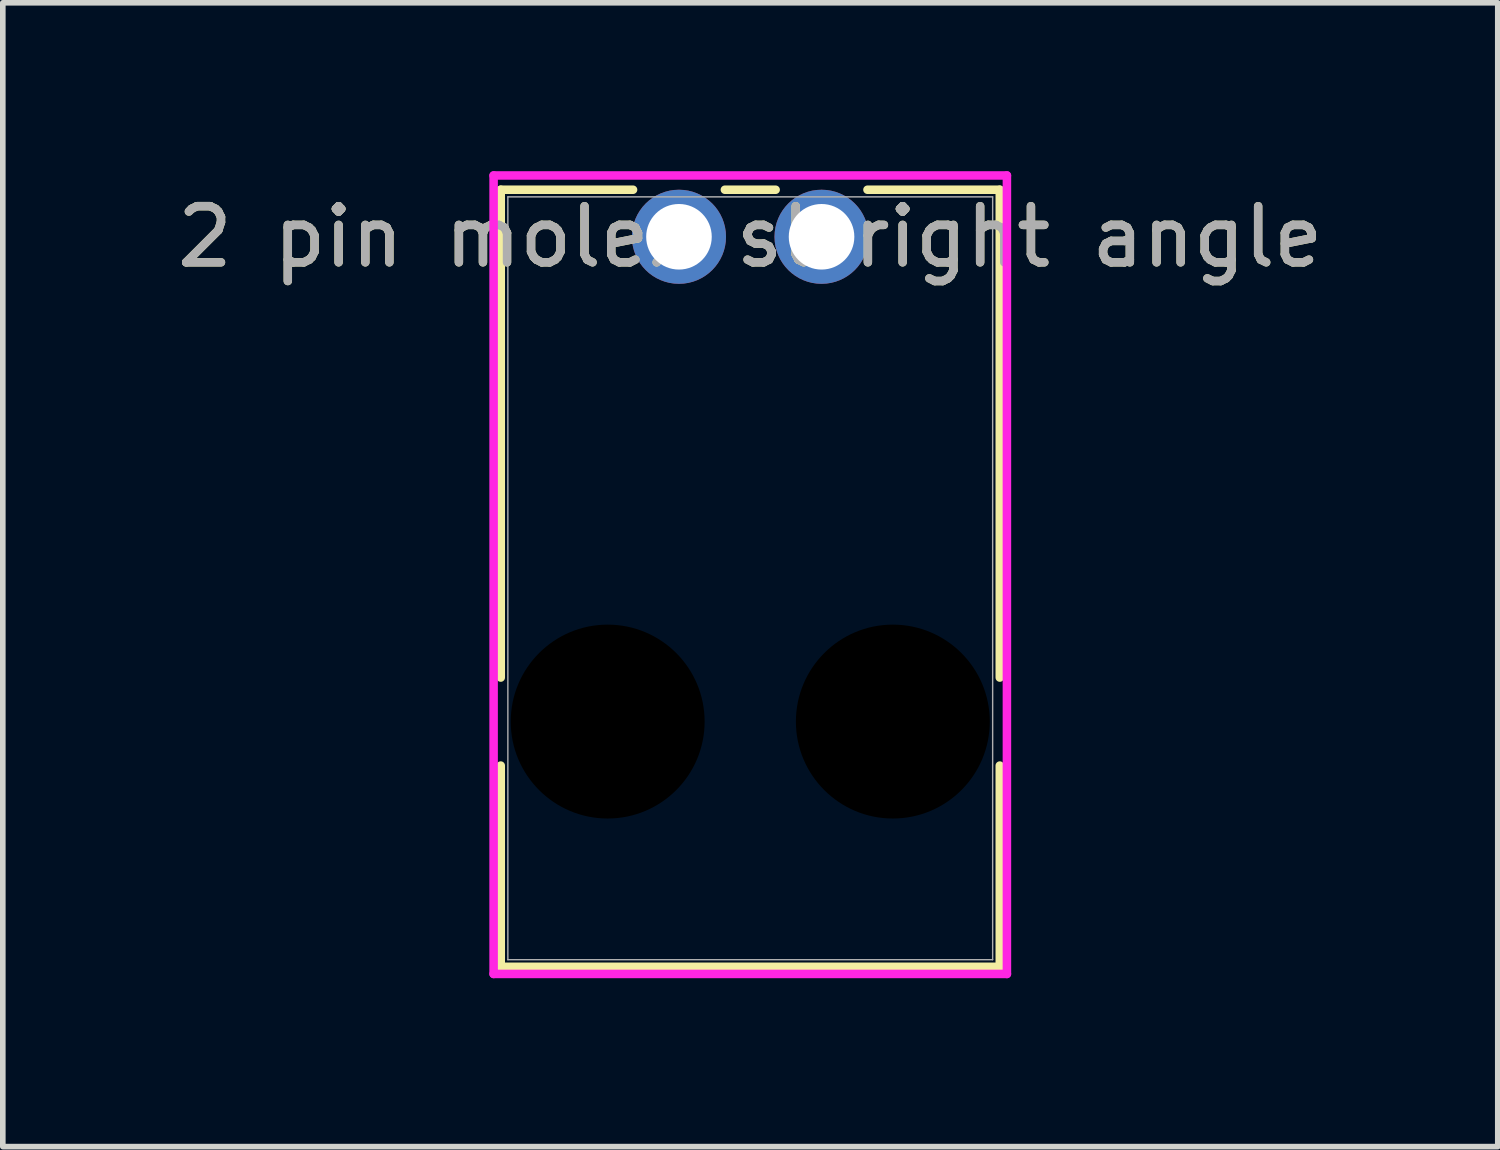
<source format=kicad_pcb>
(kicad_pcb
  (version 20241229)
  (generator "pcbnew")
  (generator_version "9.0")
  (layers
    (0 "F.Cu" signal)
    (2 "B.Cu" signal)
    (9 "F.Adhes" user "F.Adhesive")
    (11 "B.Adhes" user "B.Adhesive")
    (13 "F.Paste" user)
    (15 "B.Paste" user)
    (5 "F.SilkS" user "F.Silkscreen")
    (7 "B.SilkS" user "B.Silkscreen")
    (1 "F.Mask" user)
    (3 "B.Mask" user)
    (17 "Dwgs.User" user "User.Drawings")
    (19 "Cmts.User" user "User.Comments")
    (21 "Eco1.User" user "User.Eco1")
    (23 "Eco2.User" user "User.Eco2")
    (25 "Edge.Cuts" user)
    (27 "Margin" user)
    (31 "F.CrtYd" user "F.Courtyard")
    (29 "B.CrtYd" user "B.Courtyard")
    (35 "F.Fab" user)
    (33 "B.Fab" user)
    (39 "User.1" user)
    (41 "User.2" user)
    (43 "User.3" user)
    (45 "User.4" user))
  (footprint "2 pin molex sl right angle"
    (layer "F.Cu")
    (at 11.585 1.168)
    (property "Reference" "2 pin molex sl right angle" (at -1.27 0 0) (unlocked yes) (layer "F.SilkS") (effects (font (size 1 1) (thickness 0.15))))
    (attr through_hole)
    (fp_line (start -5.715 -0.838) (end -5.715 7.852) (stroke (width 0.152) (type solid)) (layer "F.SilkS"))
    (fp_line (start -5.715 9.42) (end -5.715 13.005) (stroke (width 0.152) (type solid)) (layer "F.SilkS"))
    (fp_line (start -5.715 13.005) (end 3.175 13.005) (stroke (width 0.152) (type solid)) (layer "F.SilkS"))
    (fp_line (start -3.358 -0.838) (end -5.715 -0.838) (stroke (width 0.152) (type solid)) (layer "F.SilkS"))
    (fp_line (start -0.818 -0.838) (end -1.722 -0.838) (stroke (width 0.152) (type solid)) (layer "F.SilkS"))
    (fp_line (start 3.175 -0.838) (end 0.818 -0.838) (stroke (width 0.152) (type solid)) (layer "F.SilkS"))
    (fp_line (start 3.175 7.852) (end 3.175 -0.838) (stroke (width 0.152) (type solid)) (layer "F.SilkS"))
    (fp_line (start 3.175 13.005) (end 3.175 9.42) (stroke (width 0.152) (type solid)) (layer "F.SilkS"))
    (fp_line (start -5.842 -1.092) (end -5.842 13.132) (stroke (width 0.152) (type solid)) (layer "F.CrtYd"))
    (fp_line (start -5.842 13.132) (end 3.302 13.132) (stroke (width 0.152) (type solid)) (layer "F.CrtYd"))
    (fp_line (start 3.302 -1.092) (end -5.842 -1.092) (stroke (width 0.152) (type solid)) (layer "F.CrtYd"))
    (fp_line (start 3.302 13.132) (end 3.302 -1.092) (stroke (width 0.152) (type solid)) (layer "F.CrtYd"))
    (fp_line (start -5.588 -0.711) (end -5.588 12.878) (stroke (width 0.025) (type solid)) (layer "F.Fab"))
    (fp_line (start -5.588 12.878) (end 3.048 12.878) (stroke (width 0.025) (type solid)) (layer "F.Fab"))
    (fp_line (start 3.048 -0.711) (end -5.588 -0.711) (stroke (width 0.025) (type solid)) (layer "F.Fab"))
    (fp_line (start 3.048 12.878) (end 3.048 -0.711) (stroke (width 0.025) (type solid)) (layer "F.Fab"))
    (fp_text user "${REFERENCE}" (at -1.27 0 0) (unlocked yes) (layer "F.Fab") (effects (font (size 1 1) (thickness 0.15))))
    (pad "" np_thru_hole circle (at -3.81 8.636) (size 3.454 3.454) (drill 3.454) (layers))
    (pad "" np_thru_hole circle (at 1.27 8.636) (size 3.454 3.454) (drill 3.454) (layers))
    (pad "1" thru_hole circle (at 0 0) (size 1.676 1.676) (drill 1.168) (layers "*.Cu" "*.Mask"))
    (pad "2" thru_hole circle (at -2.54 0) (size 1.676 1.676) (drill 1.168) (layers "*.Cu" "*.Mask")))
  (gr_rect
    (start -3 -3)
    (end 23.631 17.376)
    (stroke (width 0.1) (type default))
    (fill no)
    (layer "Edge.Cuts")))
</source>
